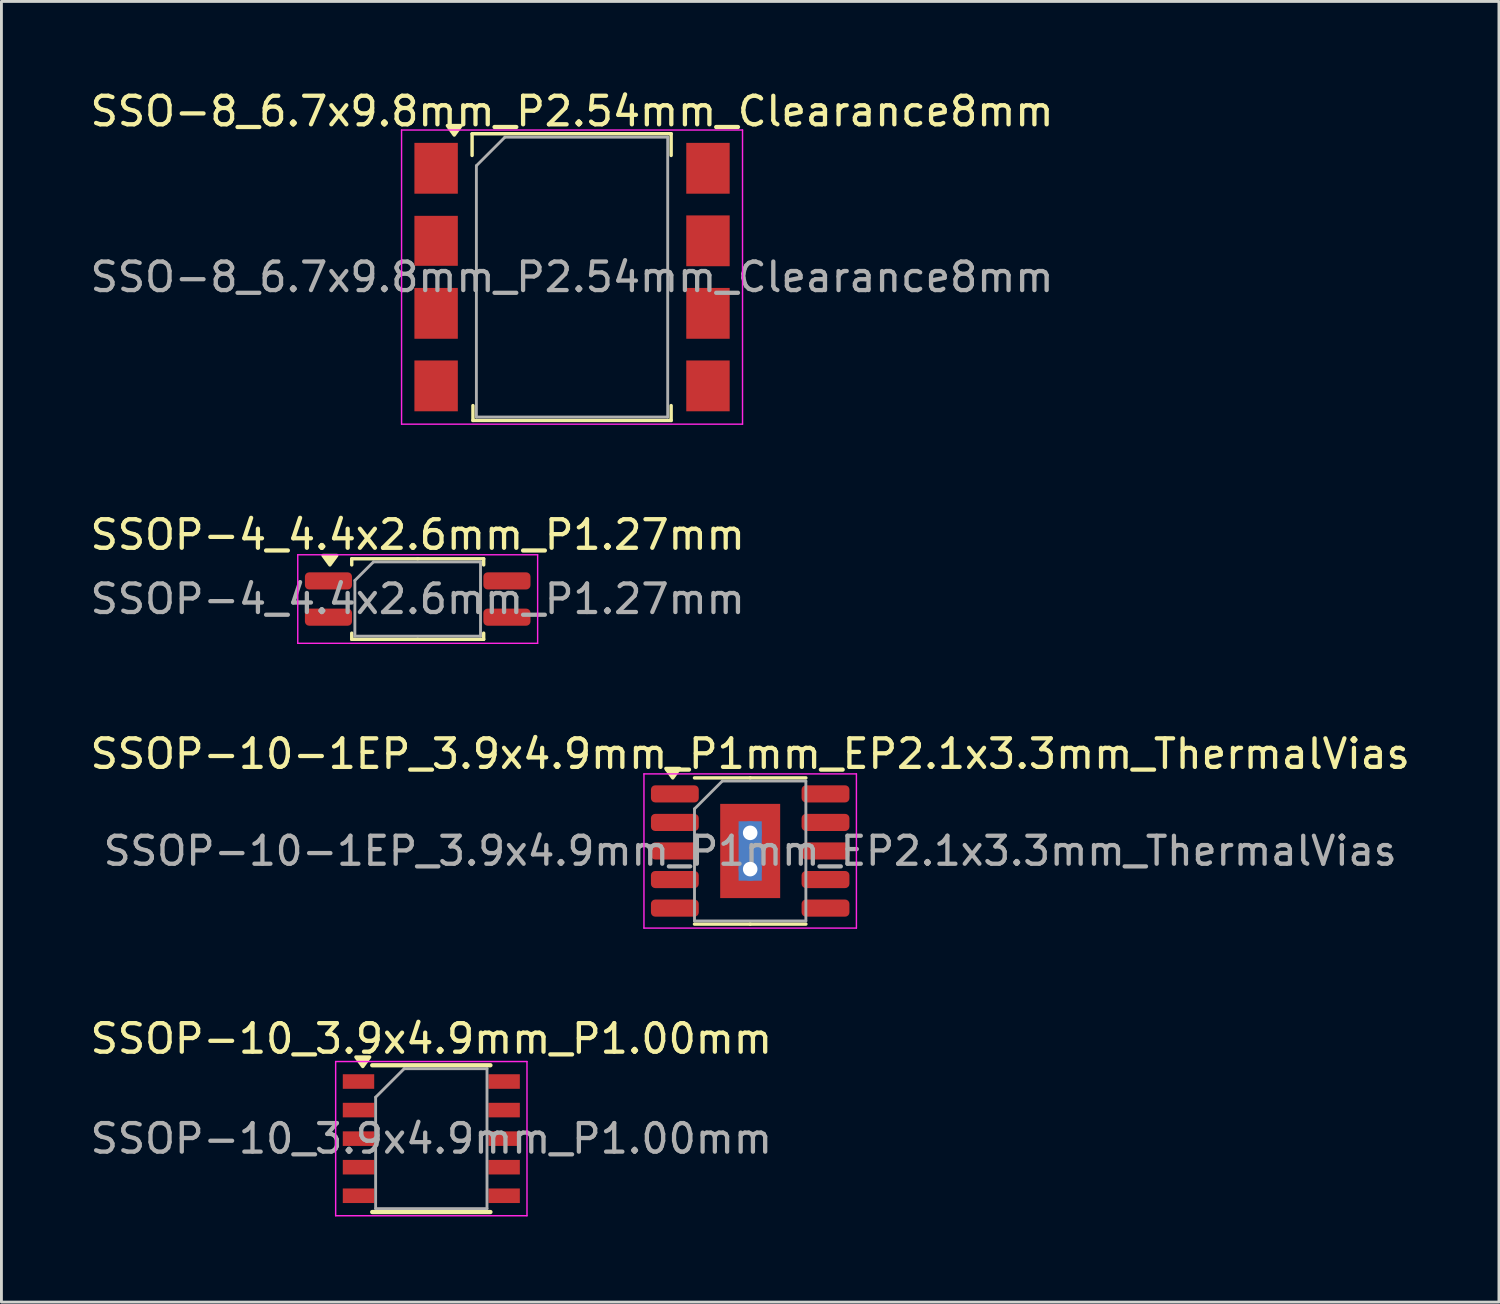
<source format=kicad_pcb>
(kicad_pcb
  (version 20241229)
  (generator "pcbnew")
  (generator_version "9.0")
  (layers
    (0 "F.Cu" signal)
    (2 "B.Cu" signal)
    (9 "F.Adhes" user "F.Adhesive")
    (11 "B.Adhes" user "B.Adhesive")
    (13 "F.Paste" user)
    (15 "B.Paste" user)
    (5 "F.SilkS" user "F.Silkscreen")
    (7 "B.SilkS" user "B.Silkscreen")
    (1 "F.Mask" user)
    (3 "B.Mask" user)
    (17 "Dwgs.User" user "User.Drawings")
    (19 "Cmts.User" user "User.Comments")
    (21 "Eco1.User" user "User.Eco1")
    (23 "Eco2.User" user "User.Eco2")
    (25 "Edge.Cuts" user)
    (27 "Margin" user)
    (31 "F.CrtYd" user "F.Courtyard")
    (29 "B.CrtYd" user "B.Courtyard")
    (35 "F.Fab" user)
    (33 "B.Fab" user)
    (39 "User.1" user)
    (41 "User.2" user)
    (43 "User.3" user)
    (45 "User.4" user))
  (footprint "SSOP-10_3.9x4.9mm_P1.00mm"
    (layer "F.Cu")
    (at 12.054 36.823)
    (property "Reference" "SSOP-10_3.9x4.9mm_P1.00mm" (at 0 -3.5 0) (layer "F.SilkS") (effects (font (size 1 1) (thickness 0.15))))
    (attr smd)
    (fp_line (start -2.07 -2.57) (end 2.07 -2.57) (stroke (width 0.15) (type solid)) (layer "F.SilkS"))
    (fp_line (start -2.07 2.57) (end 2.07 2.57) (stroke (width 0.15) (type solid)) (layer "F.SilkS"))
    (fp_poly (pts (xy -2.4 -2.527) (xy -2.64 -2.857) (xy -2.16 -2.857) (xy -2.4 -2.527)) (stroke (width 0.12) (type solid)) (fill yes) (layer "F.SilkS"))
    (fp_line (start -3.35 -2.7) (end -3.35 2.7) (stroke (width 0.05) (type solid)) (layer "F.CrtYd"))
    (fp_line (start -3.35 -2.7) (end 3.35 -2.7) (stroke (width 0.05) (type solid)) (layer "F.CrtYd"))
    (fp_line (start -3.35 2.7) (end 3.35 2.7) (stroke (width 0.05) (type solid)) (layer "F.CrtYd"))
    (fp_line (start 3.35 -2.7) (end 3.35 2.7) (stroke (width 0.05) (type solid)) (layer "F.CrtYd"))
    (fp_line (start -1.95 -1.45) (end -0.95 -2.45) (stroke (width 0.1) (type solid)) (layer "F.Fab"))
    (fp_line (start -1.95 2.45) (end -1.95 -1.45) (stroke (width 0.1) (type solid)) (layer "F.Fab"))
    (fp_line (start -0.95 -2.45) (end 1.95 -2.45) (stroke (width 0.1) (type solid)) (layer "F.Fab"))
    (fp_line (start 1.95 -2.45) (end 1.95 2.45) (stroke (width 0.1) (type solid)) (layer "F.Fab"))
    (fp_line (start 1.95 2.45) (end -1.95 2.45) (stroke (width 0.1) (type solid)) (layer "F.Fab"))
    (fp_text user "${REFERENCE}" (at 0 0 0) (layer "F.Fab") (effects (font (size 1 1) (thickness 0.15))))
    (pad "1" smd rect (at -2.55 -2) (size 1.1 0.51) (layers "F.Cu" "F.Mask" "F.Paste"))
    (pad "2" smd rect (at -2.55 -1) (size 1.1 0.51) (layers "F.Cu" "F.Mask" "F.Paste"))
    (pad "3" smd rect (at -2.55 0) (size 1.1 0.51) (layers "F.Cu" "F.Mask" "F.Paste"))
    (pad "4" smd rect (at -2.55 1) (size 1.1 0.51) (layers "F.Cu" "F.Mask" "F.Paste"))
    (pad "5" smd rect (at -2.55 2) (size 1.1 0.51) (layers "F.Cu" "F.Mask" "F.Paste"))
    (pad "6" smd rect (at 2.55 2) (size 1.1 0.51) (layers "F.Cu" "F.Mask" "F.Paste"))
    (pad "7" smd rect (at 2.55 1) (size 1.1 0.51) (layers "F.Cu" "F.Mask" "F.Paste"))
    (pad "8" smd rect (at 2.55 0) (size 1.1 0.51) (layers "F.Cu" "F.Mask" "F.Paste"))
    (pad "9" smd rect (at 2.55 -1) (size 1.1 0.51) (layers "F.Cu" "F.Mask" "F.Paste"))
    (pad "10" smd rect (at 2.55 -2) (size 1.1 0.51) (layers "F.Cu" "F.Mask" "F.Paste")))
  (footprint "SSOP-10-1EP_3.9x4.9mm_P1mm_EP2.1x3.3mm_ThermalVias"
    (layer "F.Cu")
    (at 23.22 26.75)
    (property "Reference" "SSOP-10-1EP_3.9x4.9mm_P1mm_EP2.1x3.3mm_ThermalVias" (at 0 -3.4 0) (layer "F.SilkS") (effects (font (size 1 1) (thickness 0.15))))
    (attr smd)
    (fp_line (start 0 -2.56) (end -1.95 -2.56) (stroke (width 0.12) (type solid)) (layer "F.SilkS"))
    (fp_line (start 0 -2.56) (end 1.95 -2.56) (stroke (width 0.12) (type solid)) (layer "F.SilkS"))
    (fp_line (start 0 2.56) (end -1.95 2.56) (stroke (width 0.12) (type solid)) (layer "F.SilkS"))
    (fp_line (start 0 2.56) (end 1.95 2.56) (stroke (width 0.12) (type solid)) (layer "F.SilkS"))
    (fp_poly (pts (xy -2.712 -2.56) (xy -2.953 -2.89) (xy -2.473 -2.89) (xy -2.712 -2.56)) (stroke (width 0.12) (type solid)) (fill yes) (layer "F.SilkS"))
    (fp_line (start -3.72 -2.7) (end -3.72 2.7) (stroke (width 0.05) (type solid)) (layer "F.CrtYd"))
    (fp_line (start -3.72 2.7) (end 3.72 2.7) (stroke (width 0.05) (type solid)) (layer "F.CrtYd"))
    (fp_line (start 3.72 -2.7) (end -3.72 -2.7) (stroke (width 0.05) (type solid)) (layer "F.CrtYd"))
    (fp_line (start 3.72 2.7) (end 3.72 -2.7) (stroke (width 0.05) (type solid)) (layer "F.CrtYd"))
    (fp_line (start -1.95 -1.475) (end -0.975 -2.45) (stroke (width 0.1) (type solid)) (layer "F.Fab"))
    (fp_line (start -1.95 2.45) (end -1.95 -1.475) (stroke (width 0.1) (type solid)) (layer "F.Fab"))
    (fp_line (start -0.975 -2.45) (end 1.95 -2.45) (stroke (width 0.1) (type solid)) (layer "F.Fab"))
    (fp_line (start 1.95 -2.45) (end 1.95 2.45) (stroke (width 0.1) (type solid)) (layer "F.Fab"))
    (fp_line (start 1.95 2.45) (end -1.95 2.45) (stroke (width 0.1) (type solid)) (layer "F.Fab"))
    (fp_text user "${REFERENCE}" (at 0 0 0) (layer "F.Fab") (effects (font (size 0.98 0.98) (thickness 0.15))))
    (pad "" smd roundrect (at 0 0) (size 1.69 2.66) (layers "F.Paste") (roundrect_rratio 0.148))
    (pad "1" smd roundrect (at -2.638 -2) (size 1.675 0.6) (layers "F.Cu" "F.Mask" "F.Paste") (roundrect_rratio 0.25))
    (pad "2" smd roundrect (at -2.638 -1) (size 1.675 0.6) (layers "F.Cu" "F.Mask" "F.Paste") (roundrect_rratio 0.25))
    (pad "3" smd roundrect (at -2.638 0) (size 1.675 0.6) (layers "F.Cu" "F.Mask" "F.Paste") (roundrect_rratio 0.25))
    (pad "4" smd roundrect (at -2.638 1) (size 1.675 0.6) (layers "F.Cu" "F.Mask" "F.Paste") (roundrect_rratio 0.25))
    (pad "5" smd roundrect (at -2.638 2) (size 1.675 0.6) (layers "F.Cu" "F.Mask" "F.Paste") (roundrect_rratio 0.25))
    (pad "6" smd roundrect (at 2.638 2) (size 1.675 0.6) (layers "F.Cu" "F.Mask" "F.Paste") (roundrect_rratio 0.25))
    (pad "7" smd roundrect (at 2.638 1) (size 1.675 0.6) (layers "F.Cu" "F.Mask" "F.Paste") (roundrect_rratio 0.25))
    (pad "8" smd roundrect (at 2.638 0) (size 1.675 0.6) (layers "F.Cu" "F.Mask" "F.Paste") (roundrect_rratio 0.25))
    (pad "9" smd roundrect (at 2.638 -1) (size 1.675 0.6) (layers "F.Cu" "F.Mask" "F.Paste") (roundrect_rratio 0.25))
    (pad "10" smd roundrect (at 2.638 -2) (size 1.675 0.6) (layers "F.Cu" "F.Mask" "F.Paste") (roundrect_rratio 0.25))
    (pad "11" thru_hole circle (at 0 -0.635) (size 0.81 0.81) (drill 0.51) (property pad_prop_heatsink) (layers "*.Cu"))
    (pad "11" smd rect (at 0 0) (size 0.81 2.08) (property pad_prop_heatsink) (layers "B.Cu"))
    (pad "11" smd rect (at 0 0) (size 2.1 3.3) (property pad_prop_heatsink) (layers "F.Cu" "F.Mask"))
    (pad "11" thru_hole circle (at 0 0.635) (size 0.81 0.81) (drill 0.51) (property pad_prop_heatsink) (layers "*.Cu")))
  (footprint "SSOP-4_4.4x2.6mm_P1.27mm"
    (layer "F.Cu")
    (at 11.577 17.927)
    (property "Reference" "SSOP-4_4.4x2.6mm_P1.27mm" (at 0 -2.25 0) (layer "F.SilkS") (effects (font (size 1 1) (thickness 0.15))))
    (attr smd)
    (fp_line (start -2.31 -1.41) (end -2.31 -1.195) (stroke (width 0.12) (type solid)) (layer "F.SilkS"))
    (fp_line (start -2.31 1.41) (end -2.31 1.195) (stroke (width 0.12) (type solid)) (layer "F.SilkS"))
    (fp_line (start 0 -1.41) (end -2.31 -1.41) (stroke (width 0.12) (type solid)) (layer "F.SilkS"))
    (fp_line (start 0 -1.41) (end 2.31 -1.41) (stroke (width 0.12) (type solid)) (layer "F.SilkS"))
    (fp_line (start 0 1.41) (end -2.31 1.41) (stroke (width 0.12) (type solid)) (layer "F.SilkS"))
    (fp_line (start 0 1.41) (end 2.31 1.41) (stroke (width 0.12) (type solid)) (layer "F.SilkS"))
    (fp_line (start 2.31 -1.41) (end 2.31 -1.195) (stroke (width 0.12) (type solid)) (layer "F.SilkS"))
    (fp_line (start 2.31 1.41) (end 2.31 1.195) (stroke (width 0.12) (type solid)) (layer "F.SilkS"))
    (fp_poly (pts (xy -3.075 -1.195) (xy -3.315 -1.525) (xy -2.835 -1.525) (xy -3.075 -1.195)) (stroke (width 0.12) (type solid)) (fill yes) (layer "F.SilkS"))
    (fp_line (start -4.2 -1.55) (end -4.2 1.55) (stroke (width 0.05) (type solid)) (layer "F.CrtYd"))
    (fp_line (start -4.2 1.55) (end 4.2 1.55) (stroke (width 0.05) (type solid)) (layer "F.CrtYd"))
    (fp_line (start 4.2 -1.55) (end -4.2 -1.55) (stroke (width 0.05) (type solid)) (layer "F.CrtYd"))
    (fp_line (start 4.2 1.55) (end 4.2 -1.55) (stroke (width 0.05) (type solid)) (layer "F.CrtYd"))
    (fp_line (start -2.2 -0.65) (end -1.55 -1.3) (stroke (width 0.1) (type solid)) (layer "F.Fab"))
    (fp_line (start -2.2 1.3) (end -2.2 -0.65) (stroke (width 0.1) (type solid)) (layer "F.Fab"))
    (fp_line (start -1.55 -1.3) (end 2.2 -1.3) (stroke (width 0.1) (type solid)) (layer "F.Fab"))
    (fp_line (start 2.2 -1.3) (end 2.2 1.3) (stroke (width 0.1) (type solid)) (layer "F.Fab"))
    (fp_line (start 2.2 1.3) (end -2.2 1.3) (stroke (width 0.1) (type solid)) (layer "F.Fab"))
    (fp_text user "${REFERENCE}" (at 0 0 0) (layer "F.Fab") (effects (font (size 1 1) (thickness 0.15))))
    (pad "1" smd roundrect (at -3.125 -0.635) (size 1.65 0.6) (layers "F.Cu" "F.Mask" "F.Paste") (roundrect_rratio 0.25))
    (pad "2" smd roundrect (at -3.125 0.635) (size 1.65 0.6) (layers "F.Cu" "F.Mask" "F.Paste") (roundrect_rratio 0.25))
    (pad "3" smd roundrect (at 3.125 0.635) (size 1.65 0.6) (layers "F.Cu" "F.Mask" "F.Paste") (roundrect_rratio 0.25))
    (pad "4" smd roundrect (at 3.125 -0.635) (size 1.65 0.6) (layers "F.Cu" "F.Mask" "F.Paste") (roundrect_rratio 0.25)))
  (footprint "SSO-8_6.7x9.8mm_P2.54mm_Clearance8mm"
    (layer "F.Cu")
    (at 16.982 6.653)
    (property "Reference" "SSO-8_6.7x9.8mm_P2.54mm_Clearance8mm" (at 0 -5.805 0) (layer "F.SilkS") (effects (font (size 1 1) (thickness 0.15))))
    (attr smd)
    (fp_line (start -3.5 -4.26) (end -3.5 -5.02) (stroke (width 0.12) (type solid)) (layer "F.SilkS"))
    (fp_line (start -3.47 4.5) (end -3.47 5.02) (stroke (width 0.12) (type solid)) (layer "F.SilkS"))
    (fp_line (start -3.47 5.02) (end 3.47 5.02) (stroke (width 0.12) (type solid)) (layer "F.SilkS"))
    (fp_line (start 3.47 -5.02) (end -3.5 -5.02) (stroke (width 0.12) (type solid)) (layer "F.SilkS"))
    (fp_line (start 3.47 -4.26) (end 3.47 -5.02) (stroke (width 0.12) (type solid)) (layer "F.SilkS"))
    (fp_line (start 3.47 5.02) (end 3.47 4.5) (stroke (width 0.12) (type solid)) (layer "F.SilkS"))
    (fp_poly (pts (xy -4.125 -4.975) (xy -4.365 -5.305) (xy -3.885 -5.305) (xy -4.125 -4.975)) (stroke (width 0.12) (type solid)) (fill yes) (layer "F.SilkS"))
    (fp_line (start -5.97 -5.15) (end -5.97 5.15) (stroke (width 0.05) (type solid)) (layer "F.CrtYd"))
    (fp_line (start -5.97 -5.15) (end 5.97 -5.15) (stroke (width 0.05) (type solid)) (layer "F.CrtYd"))
    (fp_line (start 5.97 5.15) (end -5.97 5.15) (stroke (width 0.05) (type solid)) (layer "F.CrtYd"))
    (fp_line (start 5.97 5.15) (end 5.97 -5.15) (stroke (width 0.05) (type solid)) (layer "F.CrtYd"))
    (fp_line (start -3.35 -3.9) (end -3.35 4.9) (stroke (width 0.1) (type solid)) (layer "F.Fab"))
    (fp_line (start -3.35 4.9) (end 3.35 4.9) (stroke (width 0.1) (type solid)) (layer "F.Fab"))
    (fp_line (start -2.35 -4.9) (end -3.35 -3.9) (stroke (width 0.1) (type solid)) (layer "F.Fab"))
    (fp_line (start 3.35 -4.9) (end -2.35 -4.9) (stroke (width 0.1) (type solid)) (layer "F.Fab"))
    (fp_line (start 3.35 4.9) (end 3.35 -4.9) (stroke (width 0.1) (type solid)) (layer "F.Fab"))
    (fp_text user "${REFERENCE}" (at 0 0 0) (layer "F.Fab") (effects (font (size 1 1) (thickness 0.15))))
    (pad "1" smd rect (at -4.76 -3.81) (size 1.52 1.78) (layers "F.Cu" "F.Mask" "F.Paste"))
    (pad "2" smd rect (at -4.76 -1.27) (size 1.52 1.75) (layers "F.Cu" "F.Mask" "F.Paste"))
    (pad "3" smd rect (at -4.76 1.27) (size 1.52 1.78) (layers "F.Cu" "F.Mask" "F.Paste"))
    (pad "4" smd rect (at -4.76 3.81) (size 1.52 1.78) (layers "F.Cu" "F.Mask" "F.Paste"))
    (pad "5" smd rect (at 4.76 3.81) (size 1.52 1.78) (layers "F.Cu" "F.Mask" "F.Paste"))
    (pad "6" smd rect (at 4.76 1.27) (size 1.52 1.78) (layers "F.Cu" "F.Mask" "F.Paste"))
    (pad "7" smd rect (at 4.76 -1.27) (size 1.52 1.78) (layers "F.Cu" "F.Mask" "F.Paste"))
    (pad "8" smd rect (at 4.76 -3.81) (size 1.52 1.78) (layers "F.Cu" "F.Mask" "F.Paste")))
  (gr_rect
    (start -3 -3)
    (end 49.44 42.548)
    (stroke (width 0.1) (type default))
    (fill no)
    (layer "Edge.Cuts")))
</source>
